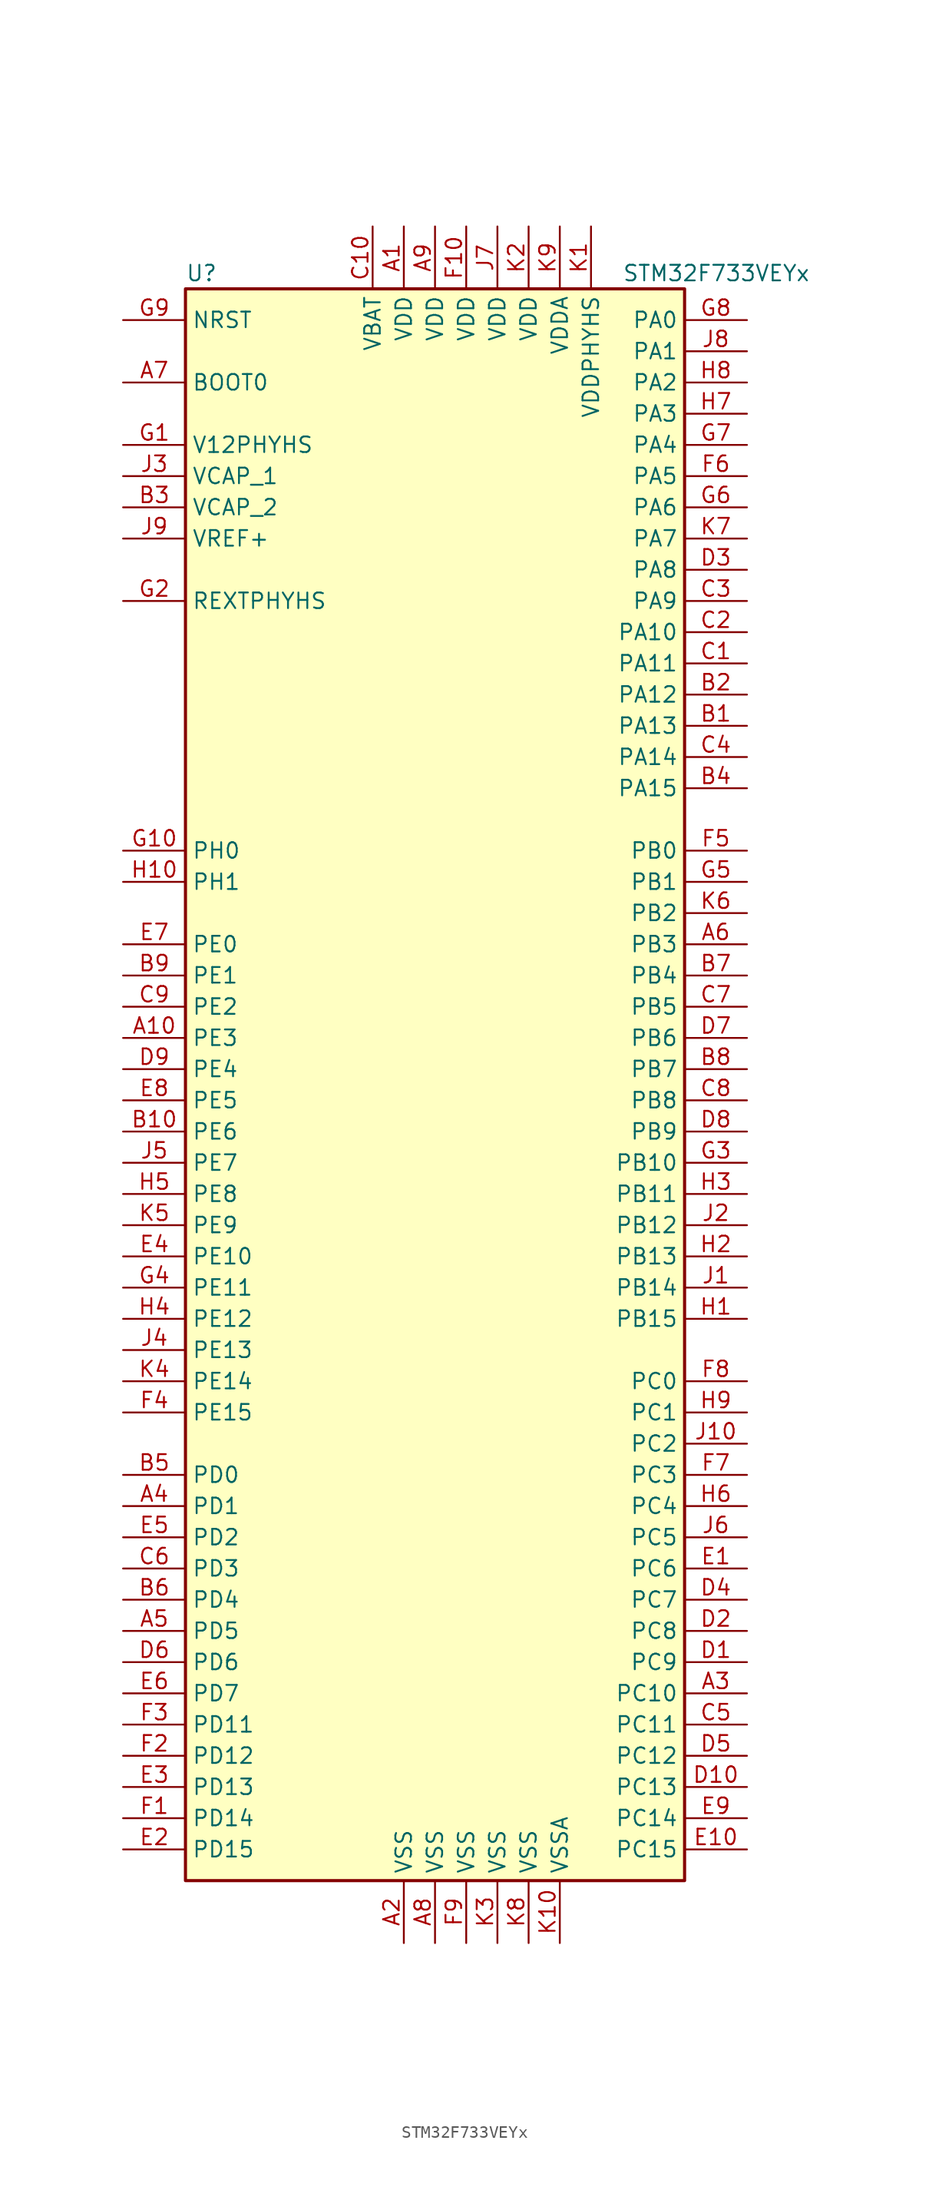
<source format=kicad_sym>
(kicad_symbol_lib
  (version 20201005)
  (generator kicad_symbol_editor)
  (symbol "STM32F733VEYx"
    (property "Reference" "U"
      (at -20.32 64.77 0)
      (effects (font (size 1.27 1.27)) (justify left)))
    (property "Value" "STM32F733VEYx"
      (at 15.24 64.77 0)
      (effects (font (size 1.27 1.27)) (justify left)))
    (symbol "STM32F733VEYx_0_1"
      (rectangle (start -20.32 -66.04) (end 20.32 63.5) (stroke (width 0.254)) (fill (type background))))
    (symbol "STM32F733VEYx_1_1"
      (pin power_in line (at -2.54 68.58 270) (length 5.08) (name "VDD" (effects (font (size 1.27 1.27)))) (number "A1" (effects (font (size 1.27 1.27)))))
      (pin bidirectional line (at -25.4 2.54 0) (length 5.08) (name "PE3" (effects (font (size 1.27 1.27)))) (number "A10" (effects (font (size 1.27 1.27)))))
      (pin power_in line (at -2.54 -71.12 90) (length 5.08) (name "VSS" (effects (font (size 1.27 1.27)))) (number "A2" (effects (font (size 1.27 1.27)))))
      (pin bidirectional line (at 25.4 -50.8 180) (length 5.08) (name "PC10" (effects (font (size 1.27 1.27)))) (number "A3" (effects (font (size 1.27 1.27)))))
      (pin bidirectional line (at -25.4 -35.56 0) (length 5.08) (name "PD1" (effects (font (size 1.27 1.27)))) (number "A4" (effects (font (size 1.27 1.27)))))
      (pin bidirectional line (at -25.4 -45.72 0) (length 5.08) (name "PD5" (effects (font (size 1.27 1.27)))) (number "A5" (effects (font (size 1.27 1.27)))))
      (pin bidirectional line (at 25.4 10.16 180) (length 5.08) (name "PB3" (effects (font (size 1.27 1.27)))) (number "A6" (effects (font (size 1.27 1.27)))))
      (pin input line (at -25.4 55.88 0) (length 5.08) (name "BOOT0" (effects (font (size 1.27 1.27)))) (number "A7" (effects (font (size 1.27 1.27)))))
      (pin power_in line (at 0 -71.12 90) (length 5.08) (name "VSS" (effects (font (size 1.27 1.27)))) (number "A8" (effects (font (size 1.27 1.27)))))
      (pin power_in line (at 0 68.58 270) (length 5.08) (name "VDD" (effects (font (size 1.27 1.27)))) (number "A9" (effects (font (size 1.27 1.27)))))
      (pin bidirectional line (at 25.4 27.94 180) (length 5.08) (name "PA13" (effects (font (size 1.27 1.27)))) (number "B1" (effects (font (size 1.27 1.27)))))
      (pin bidirectional line (at -25.4 -5.08 0) (length 5.08) (name "PE6" (effects (font (size 1.27 1.27)))) (number "B10" (effects (font (size 1.27 1.27)))))
      (pin bidirectional line (at 25.4 30.48 180) (length 5.08) (name "PA12" (effects (font (size 1.27 1.27)))) (number "B2" (effects (font (size 1.27 1.27)))))
      (pin power_in line (at -25.4 45.72 0) (length 5.08) (name "VCAP_2" (effects (font (size 1.27 1.27)))) (number "B3" (effects (font (size 1.27 1.27)))))
      (pin bidirectional line (at 25.4 22.86 180) (length 5.08) (name "PA15" (effects (font (size 1.27 1.27)))) (number "B4" (effects (font (size 1.27 1.27)))))
      (pin bidirectional line (at -25.4 -33.02 0) (length 5.08) (name "PD0" (effects (font (size 1.27 1.27)))) (number "B5" (effects (font (size 1.27 1.27)))))
      (pin bidirectional line (at -25.4 -43.18 0) (length 5.08) (name "PD4" (effects (font (size 1.27 1.27)))) (number "B6" (effects (font (size 1.27 1.27)))))
      (pin bidirectional line (at 25.4 7.62 180) (length 5.08) (name "PB4" (effects (font (size 1.27 1.27)))) (number "B7" (effects (font (size 1.27 1.27)))))
      (pin bidirectional line (at 25.4 0 180) (length 5.08) (name "PB7" (effects (font (size 1.27 1.27)))) (number "B8" (effects (font (size 1.27 1.27)))))
      (pin bidirectional line (at -25.4 7.62 0) (length 5.08) (name "PE1" (effects (font (size 1.27 1.27)))) (number "B9" (effects (font (size 1.27 1.27)))))
      (pin bidirectional line (at 25.4 33.02 180) (length 5.08) (name "PA11" (effects (font (size 1.27 1.27)))) (number "C1" (effects (font (size 1.27 1.27)))))
      (pin power_in line (at -5.08 68.58 270) (length 5.08) (name "VBAT" (effects (font (size 1.27 1.27)))) (number "C10" (effects (font (size 1.27 1.27)))))
      (pin bidirectional line (at 25.4 35.56 180) (length 5.08) (name "PA10" (effects (font (size 1.27 1.27)))) (number "C2" (effects (font (size 1.27 1.27)))))
      (pin bidirectional line (at 25.4 38.1 180) (length 5.08) (name "PA9" (effects (font (size 1.27 1.27)))) (number "C3" (effects (font (size 1.27 1.27)))))
      (pin bidirectional line (at 25.4 25.4 180) (length 5.08) (name "PA14" (effects (font (size 1.27 1.27)))) (number "C4" (effects (font (size 1.27 1.27)))))
      (pin bidirectional line (at 25.4 -53.34 180) (length 5.08) (name "PC11" (effects (font (size 1.27 1.27)))) (number "C5" (effects (font (size 1.27 1.27)))))
      (pin bidirectional line (at -25.4 -40.64 0) (length 5.08) (name "PD3" (effects (font (size 1.27 1.27)))) (number "C6" (effects (font (size 1.27 1.27)))))
      (pin bidirectional line (at 25.4 5.08 180) (length 5.08) (name "PB5" (effects (font (size 1.27 1.27)))) (number "C7" (effects (font (size 1.27 1.27)))))
      (pin bidirectional line (at 25.4 -2.54 180) (length 5.08) (name "PB8" (effects (font (size 1.27 1.27)))) (number "C8" (effects (font (size 1.27 1.27)))))
      (pin bidirectional line (at -25.4 5.08 0) (length 5.08) (name "PE2" (effects (font (size 1.27 1.27)))) (number "C9" (effects (font (size 1.27 1.27)))))
      (pin bidirectional line (at 25.4 -48.26 180) (length 5.08) (name "PC9" (effects (font (size 1.27 1.27)))) (number "D1" (effects (font (size 1.27 1.27)))))
      (pin bidirectional line (at 25.4 -58.42 180) (length 5.08) (name "PC13" (effects (font (size 1.27 1.27)))) (number "D10" (effects (font (size 1.27 1.27)))))
      (pin bidirectional line (at 25.4 -45.72 180) (length 5.08) (name "PC8" (effects (font (size 1.27 1.27)))) (number "D2" (effects (font (size 1.27 1.27)))))
      (pin bidirectional line (at 25.4 40.64 180) (length 5.08) (name "PA8" (effects (font (size 1.27 1.27)))) (number "D3" (effects (font (size 1.27 1.27)))))
      (pin bidirectional line (at 25.4 -43.18 180) (length 5.08) (name "PC7" (effects (font (size 1.27 1.27)))) (number "D4" (effects (font (size 1.27 1.27)))))
      (pin bidirectional line (at 25.4 -55.88 180) (length 5.08) (name "PC12" (effects (font (size 1.27 1.27)))) (number "D5" (effects (font (size 1.27 1.27)))))
      (pin bidirectional line (at -25.4 -48.26 0) (length 5.08) (name "PD6" (effects (font (size 1.27 1.27)))) (number "D6" (effects (font (size 1.27 1.27)))))
      (pin bidirectional line (at 25.4 2.54 180) (length 5.08) (name "PB6" (effects (font (size 1.27 1.27)))) (number "D7" (effects (font (size 1.27 1.27)))))
      (pin bidirectional line (at 25.4 -5.08 180) (length 5.08) (name "PB9" (effects (font (size 1.27 1.27)))) (number "D8" (effects (font (size 1.27 1.27)))))
      (pin bidirectional line (at -25.4 0 0) (length 5.08) (name "PE4" (effects (font (size 1.27 1.27)))) (number "D9" (effects (font (size 1.27 1.27)))))
      (pin bidirectional line (at 25.4 -40.64 180) (length 5.08) (name "PC6" (effects (font (size 1.27 1.27)))) (number "E1" (effects (font (size 1.27 1.27)))))
      (pin bidirectional line (at 25.4 -63.5 180) (length 5.08) (name "PC15" (effects (font (size 1.27 1.27)))) (number "E10" (effects (font (size 1.27 1.27)))))
      (pin bidirectional line (at -25.4 -63.5 0) (length 5.08) (name "PD15" (effects (font (size 1.27 1.27)))) (number "E2" (effects (font (size 1.27 1.27)))))
      (pin bidirectional line (at -25.4 -58.42 0) (length 5.08) (name "PD13" (effects (font (size 1.27 1.27)))) (number "E3" (effects (font (size 1.27 1.27)))))
      (pin bidirectional line (at -25.4 -15.24 0) (length 5.08) (name "PE10" (effects (font (size 1.27 1.27)))) (number "E4" (effects (font (size 1.27 1.27)))))
      (pin bidirectional line (at -25.4 -38.1 0) (length 5.08) (name "PD2" (effects (font (size 1.27 1.27)))) (number "E5" (effects (font (size 1.27 1.27)))))
      (pin bidirectional line (at -25.4 -50.8 0) (length 5.08) (name "PD7" (effects (font (size 1.27 1.27)))) (number "E6" (effects (font (size 1.27 1.27)))))
      (pin bidirectional line (at -25.4 10.16 0) (length 5.08) (name "PE0" (effects (font (size 1.27 1.27)))) (number "E7" (effects (font (size 1.27 1.27)))))
      (pin bidirectional line (at -25.4 -2.54 0) (length 5.08) (name "PE5" (effects (font (size 1.27 1.27)))) (number "E8" (effects (font (size 1.27 1.27)))))
      (pin bidirectional line (at 25.4 -60.96 180) (length 5.08) (name "PC14" (effects (font (size 1.27 1.27)))) (number "E9" (effects (font (size 1.27 1.27)))))
      (pin bidirectional line (at -25.4 -60.96 0) (length 5.08) (name "PD14" (effects (font (size 1.27 1.27)))) (number "F1" (effects (font (size 1.27 1.27)))))
      (pin power_in line (at 2.54 68.58 270) (length 5.08) (name "VDD" (effects (font (size 1.27 1.27)))) (number "F10" (effects (font (size 1.27 1.27)))))
      (pin bidirectional line (at -25.4 -55.88 0) (length 5.08) (name "PD12" (effects (font (size 1.27 1.27)))) (number "F2" (effects (font (size 1.27 1.27)))))
      (pin bidirectional line (at -25.4 -53.34 0) (length 5.08) (name "PD11" (effects (font (size 1.27 1.27)))) (number "F3" (effects (font (size 1.27 1.27)))))
      (pin bidirectional line (at -25.4 -27.94 0) (length 5.08) (name "PE15" (effects (font (size 1.27 1.27)))) (number "F4" (effects (font (size 1.27 1.27)))))
      (pin bidirectional line (at 25.4 17.78 180) (length 5.08) (name "PB0" (effects (font (size 1.27 1.27)))) (number "F5" (effects (font (size 1.27 1.27)))))
      (pin bidirectional line (at 25.4 48.26 180) (length 5.08) (name "PA5" (effects (font (size 1.27 1.27)))) (number "F6" (effects (font (size 1.27 1.27)))))
      (pin bidirectional line (at 25.4 -33.02 180) (length 5.08) (name "PC3" (effects (font (size 1.27 1.27)))) (number "F7" (effects (font (size 1.27 1.27)))))
      (pin bidirectional line (at 25.4 -25.4 180) (length 5.08) (name "PC0" (effects (font (size 1.27 1.27)))) (number "F8" (effects (font (size 1.27 1.27)))))
      (pin power_in line (at 2.54 -71.12 90) (length 5.08) (name "VSS" (effects (font (size 1.27 1.27)))) (number "F9" (effects (font (size 1.27 1.27)))))
      (pin power_in line (at -25.4 50.8 0) (length 5.08) (name "V12PHYHS" (effects (font (size 1.27 1.27)))) (number "G1" (effects (font (size 1.27 1.27)))))
      (pin input line (at -25.4 17.78 0) (length 5.08) (name "PH0" (effects (font (size 1.27 1.27)))) (number "G10" (effects (font (size 1.27 1.27)))))
      (pin bidirectional line (at -25.4 38.1 0) (length 5.08) (name "REXTPHYHS" (effects (font (size 1.27 1.27)))) (number "G2" (effects (font (size 1.27 1.27)))))
      (pin bidirectional line (at 25.4 -7.62 180) (length 5.08) (name "PB10" (effects (font (size 1.27 1.27)))) (number "G3" (effects (font (size 1.27 1.27)))))
      (pin bidirectional line (at -25.4 -17.78 0) (length 5.08) (name "PE11" (effects (font (size 1.27 1.27)))) (number "G4" (effects (font (size 1.27 1.27)))))
      (pin bidirectional line (at 25.4 15.24 180) (length 5.08) (name "PB1" (effects (font (size 1.27 1.27)))) (number "G5" (effects (font (size 1.27 1.27)))))
      (pin bidirectional line (at 25.4 45.72 180) (length 5.08) (name "PA6" (effects (font (size 1.27 1.27)))) (number "G6" (effects (font (size 1.27 1.27)))))
      (pin bidirectional line (at 25.4 50.8 180) (length 5.08) (name "PA4" (effects (font (size 1.27 1.27)))) (number "G7" (effects (font (size 1.27 1.27)))))
      (pin bidirectional line (at 25.4 60.96 180) (length 5.08) (name "PA0" (effects (font (size 1.27 1.27)))) (number "G8" (effects (font (size 1.27 1.27)))))
      (pin input line (at -25.4 60.96 0) (length 5.08) (name "NRST" (effects (font (size 1.27 1.27)))) (number "G9" (effects (font (size 1.27 1.27)))))
      (pin bidirectional line (at 25.4 -20.32 180) (length 5.08) (name "PB15" (effects (font (size 1.27 1.27)))) (number "H1" (effects (font (size 1.27 1.27)))))
      (pin input line (at -25.4 15.24 0) (length 5.08) (name "PH1" (effects (font (size 1.27 1.27)))) (number "H10" (effects (font (size 1.27 1.27)))))
      (pin bidirectional line (at 25.4 -15.24 180) (length 5.08) (name "PB13" (effects (font (size 1.27 1.27)))) (number "H2" (effects (font (size 1.27 1.27)))))
      (pin bidirectional line (at 25.4 -10.16 180) (length 5.08) (name "PB11" (effects (font (size 1.27 1.27)))) (number "H3" (effects (font (size 1.27 1.27)))))
      (pin bidirectional line (at -25.4 -20.32 0) (length 5.08) (name "PE12" (effects (font (size 1.27 1.27)))) (number "H4" (effects (font (size 1.27 1.27)))))
      (pin bidirectional line (at -25.4 -10.16 0) (length 5.08) (name "PE8" (effects (font (size 1.27 1.27)))) (number "H5" (effects (font (size 1.27 1.27)))))
      (pin bidirectional line (at 25.4 -35.56 180) (length 5.08) (name "PC4" (effects (font (size 1.27 1.27)))) (number "H6" (effects (font (size 1.27 1.27)))))
      (pin bidirectional line (at 25.4 53.34 180) (length 5.08) (name "PA3" (effects (font (size 1.27 1.27)))) (number "H7" (effects (font (size 1.27 1.27)))))
      (pin bidirectional line (at 25.4 55.88 180) (length 5.08) (name "PA2" (effects (font (size 1.27 1.27)))) (number "H8" (effects (font (size 1.27 1.27)))))
      (pin bidirectional line (at 25.4 -27.94 180) (length 5.08) (name "PC1" (effects (font (size 1.27 1.27)))) (number "H9" (effects (font (size 1.27 1.27)))))
      (pin bidirectional line (at 25.4 -17.78 180) (length 5.08) (name "PB14" (effects (font (size 1.27 1.27)))) (number "J1" (effects (font (size 1.27 1.27)))))
      (pin bidirectional line (at 25.4 -30.48 180) (length 5.08) (name "PC2" (effects (font (size 1.27 1.27)))) (number "J10" (effects (font (size 1.27 1.27)))))
      (pin bidirectional line (at 25.4 -12.7 180) (length 5.08) (name "PB12" (effects (font (size 1.27 1.27)))) (number "J2" (effects (font (size 1.27 1.27)))))
      (pin power_in line (at -25.4 48.26 0) (length 5.08) (name "VCAP_1" (effects (font (size 1.27 1.27)))) (number "J3" (effects (font (size 1.27 1.27)))))
      (pin bidirectional line (at -25.4 -22.86 0) (length 5.08) (name "PE13" (effects (font (size 1.27 1.27)))) (number "J4" (effects (font (size 1.27 1.27)))))
      (pin bidirectional line (at -25.4 -7.62 0) (length 5.08) (name "PE7" (effects (font (size 1.27 1.27)))) (number "J5" (effects (font (size 1.27 1.27)))))
      (pin bidirectional line (at 25.4 -38.1 180) (length 5.08) (name "PC5" (effects (font (size 1.27 1.27)))) (number "J6" (effects (font (size 1.27 1.27)))))
      (pin power_in line (at 5.08 68.58 270) (length 5.08) (name "VDD" (effects (font (size 1.27 1.27)))) (number "J7" (effects (font (size 1.27 1.27)))))
      (pin bidirectional line (at 25.4 58.42 180) (length 5.08) (name "PA1" (effects (font (size 1.27 1.27)))) (number "J8" (effects (font (size 1.27 1.27)))))
      (pin power_in line (at -25.4 43.18 0) (length 5.08) (name "VREF+" (effects (font (size 1.27 1.27)))) (number "J9" (effects (font (size 1.27 1.27)))))
      (pin power_in line (at 12.7 68.58 270) (length 5.08) (name "VDDPHYHS" (effects (font (size 1.27 1.27)))) (number "K1" (effects (font (size 1.27 1.27)))))
      (pin power_in line (at 10.16 -71.12 90) (length 5.08) (name "VSSA" (effects (font (size 1.27 1.27)))) (number "K10" (effects (font (size 1.27 1.27)))))
      (pin power_in line (at 7.62 68.58 270) (length 5.08) (name "VDD" (effects (font (size 1.27 1.27)))) (number "K2" (effects (font (size 1.27 1.27)))))
      (pin power_in line (at 5.08 -71.12 90) (length 5.08) (name "VSS" (effects (font (size 1.27 1.27)))) (number "K3" (effects (font (size 1.27 1.27)))))
      (pin bidirectional line (at -25.4 -25.4 0) (length 5.08) (name "PE14" (effects (font (size 1.27 1.27)))) (number "K4" (effects (font (size 1.27 1.27)))))
      (pin bidirectional line (at -25.4 -12.7 0) (length 5.08) (name "PE9" (effects (font (size 1.27 1.27)))) (number "K5" (effects (font (size 1.27 1.27)))))
      (pin bidirectional line (at 25.4 12.7 180) (length 5.08) (name "PB2" (effects (font (size 1.27 1.27)))) (number "K6" (effects (font (size 1.27 1.27)))))
      (pin bidirectional line (at 25.4 43.18 180) (length 5.08) (name "PA7" (effects (font (size 1.27 1.27)))) (number "K7" (effects (font (size 1.27 1.27)))))
      (pin power_in line (at 7.62 -71.12 90) (length 5.08) (name "VSS" (effects (font (size 1.27 1.27)))) (number "K8" (effects (font (size 1.27 1.27)))))
      (pin power_in line (at 10.16 68.58 270) (length 5.08) (name "VDDA" (effects (font (size 1.27 1.27)))) (number "K9" (effects (font (size 1.27 1.27))))))))
</source>
